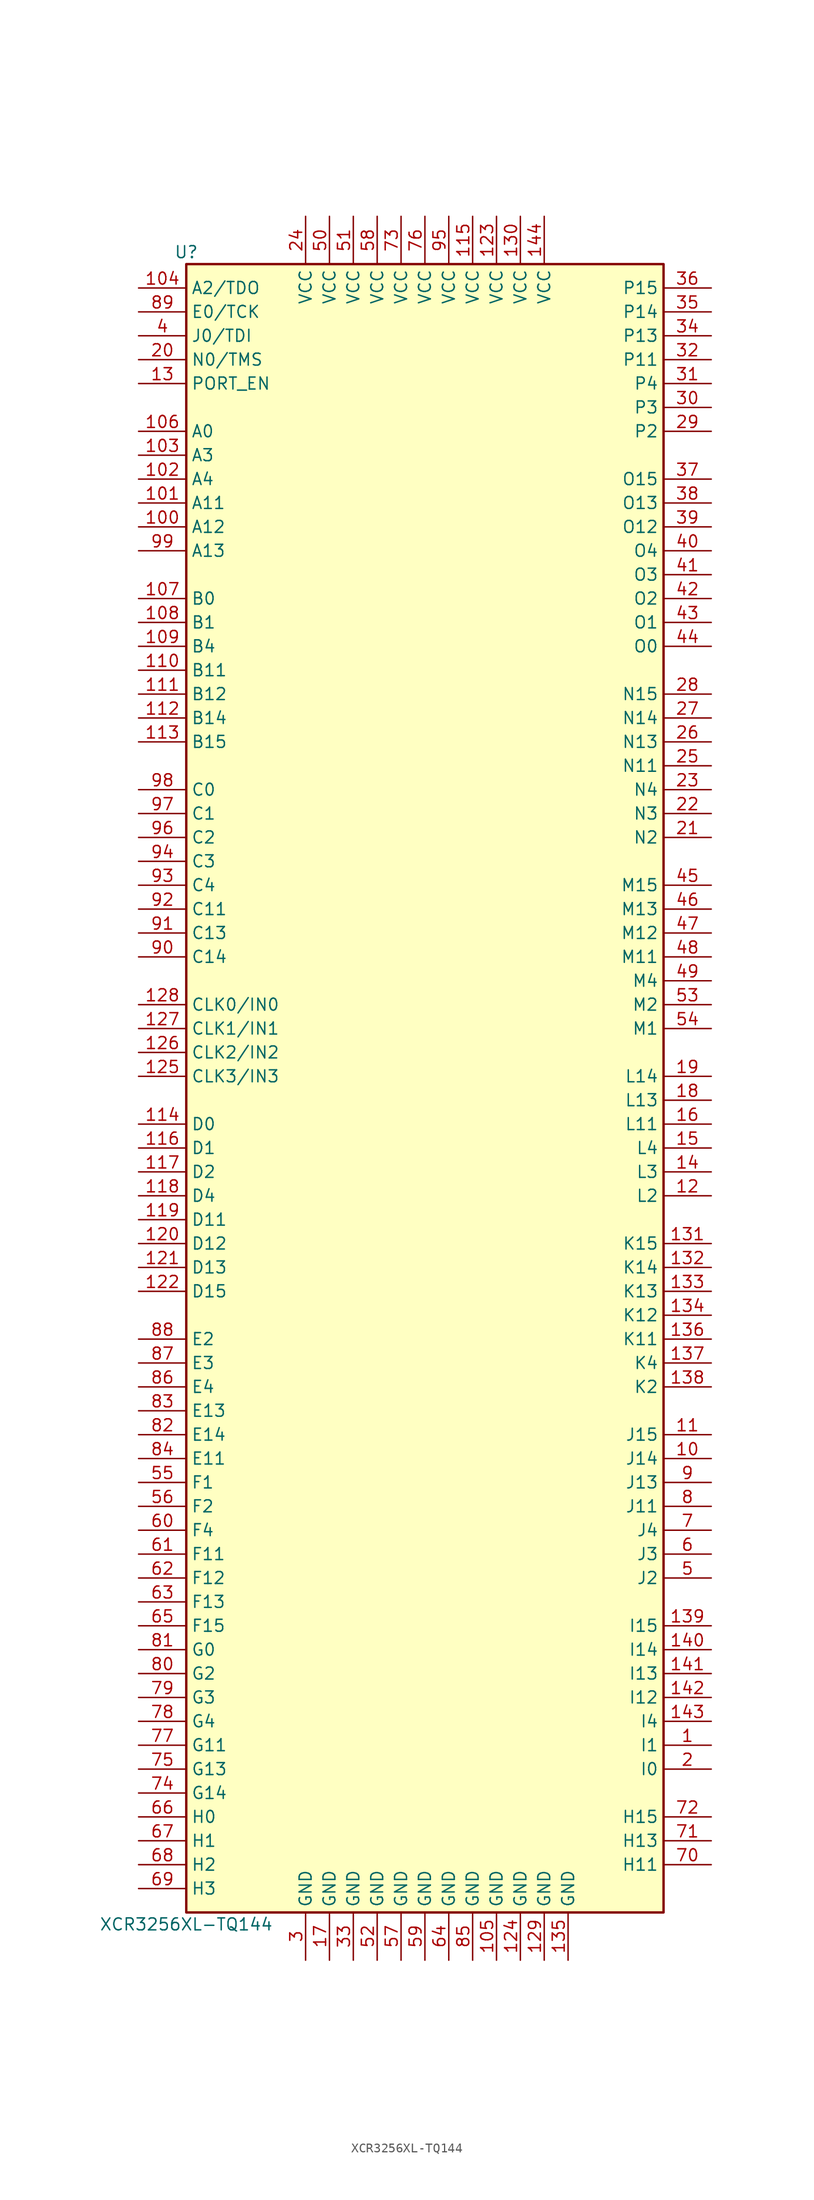
<source format=kicad_sym>
(kicad_symbol_lib
  (version 20201005)
  (generator kicad_symbol_editor)
  (symbol "CPLD_Xilinx:XCR3256XL-TQ144"
    (property "Reference" "U"
      (at -25.4 87.63 0)
      (effects (font (size 1.27 1.27))))
    (property "Value" "XCR3256XL-TQ144"
      (at -25.4 -90.17 0)
      (effects (font (size 1.27 1.27))))
    (symbol "XCR3256XL-TQ144_1_1"
      (rectangle (start -25.4 86.36) (end 25.4 -88.9) (stroke (width 0.254)) (fill (type background)))
      (pin passive line (at 30.48 -71.12 180) (length 5.08) (name "I1" (effects (font (size 1.27 1.27)))) (number "1" (effects (font (size 1.27 1.27)))))
      (pin passive line (at 30.48 -73.66 180) (length 5.08) (name "I0" (effects (font (size 1.27 1.27)))) (number "2" (effects (font (size 1.27 1.27)))))
      (pin power_in line (at -12.7 -93.98 90) (length 5.08) (name "GND" (effects (font (size 1.27 1.27)))) (number "3" (effects (font (size 1.27 1.27)))))
      (pin passive line (at -30.48 78.74 0) (length 5.08) (name "J0/TDI" (effects (font (size 1.27 1.27)))) (number "4" (effects (font (size 1.27 1.27)))))
      (pin passive line (at 30.48 -53.34 180) (length 5.08) (name "J2" (effects (font (size 1.27 1.27)))) (number "5" (effects (font (size 1.27 1.27)))))
      (pin passive line (at 30.48 -50.8 180) (length 5.08) (name "J3" (effects (font (size 1.27 1.27)))) (number "6" (effects (font (size 1.27 1.27)))))
      (pin passive line (at 30.48 -48.26 180) (length 5.08) (name "J4" (effects (font (size 1.27 1.27)))) (number "7" (effects (font (size 1.27 1.27)))))
      (pin passive line (at 30.48 -45.72 180) (length 5.08) (name "J11" (effects (font (size 1.27 1.27)))) (number "8" (effects (font (size 1.27 1.27)))))
      (pin passive line (at 30.48 -43.18 180) (length 5.08) (name "J13" (effects (font (size 1.27 1.27)))) (number "9" (effects (font (size 1.27 1.27)))))
      (pin passive line (at 30.48 -40.64 180) (length 5.08) (name "J14" (effects (font (size 1.27 1.27)))) (number "10" (effects (font (size 1.27 1.27)))))
      (pin passive line (at -30.48 76.2 0) (length 5.08) (name "N0/TMS" (effects (font (size 1.27 1.27)))) (number "20" (effects (font (size 1.27 1.27)))))
      (pin passive line (at 30.48 71.12 180) (length 5.08) (name "P3" (effects (font (size 1.27 1.27)))) (number "30" (effects (font (size 1.27 1.27)))))
      (pin passive line (at 30.48 55.88 180) (length 5.08) (name "O4" (effects (font (size 1.27 1.27)))) (number "40" (effects (font (size 1.27 1.27)))))
      (pin power_in line (at -10.16 91.44 270) (length 5.08) (name "VCC" (effects (font (size 1.27 1.27)))) (number "50" (effects (font (size 1.27 1.27)))))
      (pin passive line (at -30.48 -48.26 0) (length 5.08) (name "F4" (effects (font (size 1.27 1.27)))) (number "60" (effects (font (size 1.27 1.27)))))
      (pin passive line (at 30.48 -83.82 180) (length 5.08) (name "H11" (effects (font (size 1.27 1.27)))) (number "70" (effects (font (size 1.27 1.27)))))
      (pin passive line (at -30.48 -63.5 0) (length 5.08) (name "G2" (effects (font (size 1.27 1.27)))) (number "80" (effects (font (size 1.27 1.27)))))
      (pin passive line (at -30.48 12.7 0) (length 5.08) (name "C14" (effects (font (size 1.27 1.27)))) (number "90" (effects (font (size 1.27 1.27)))))
      (pin passive line (at 30.48 -38.1 180) (length 5.08) (name "J15" (effects (font (size 1.27 1.27)))) (number "11" (effects (font (size 1.27 1.27)))))
      (pin passive line (at 30.48 25.4 180) (length 5.08) (name "N2" (effects (font (size 1.27 1.27)))) (number "21" (effects (font (size 1.27 1.27)))))
      (pin passive line (at 30.48 73.66 180) (length 5.08) (name "P4" (effects (font (size 1.27 1.27)))) (number "31" (effects (font (size 1.27 1.27)))))
      (pin passive line (at 30.48 53.34 180) (length 5.08) (name "O3" (effects (font (size 1.27 1.27)))) (number "41" (effects (font (size 1.27 1.27)))))
      (pin power_in line (at -7.62 91.44 270) (length 5.08) (name "VCC" (effects (font (size 1.27 1.27)))) (number "51" (effects (font (size 1.27 1.27)))))
      (pin passive line (at -30.48 -50.8 0) (length 5.08) (name "F11" (effects (font (size 1.27 1.27)))) (number "61" (effects (font (size 1.27 1.27)))))
      (pin passive line (at 30.48 -81.28 180) (length 5.08) (name "H13" (effects (font (size 1.27 1.27)))) (number "71" (effects (font (size 1.27 1.27)))))
      (pin input line (at -30.48 -60.96 0) (length 5.08) (name "G0" (effects (font (size 1.27 1.27)))) (number "81" (effects (font (size 1.27 1.27)))))
      (pin passive line (at -30.48 15.24 0) (length 5.08) (name "C13" (effects (font (size 1.27 1.27)))) (number "91" (effects (font (size 1.27 1.27)))))
      (pin passive line (at 30.48 -12.7 180) (length 5.08) (name "L2" (effects (font (size 1.27 1.27)))) (number "12" (effects (font (size 1.27 1.27)))))
      (pin passive line (at 30.48 27.94 180) (length 5.08) (name "N3" (effects (font (size 1.27 1.27)))) (number "22" (effects (font (size 1.27 1.27)))))
      (pin passive line (at 30.48 76.2 180) (length 5.08) (name "P11" (effects (font (size 1.27 1.27)))) (number "32" (effects (font (size 1.27 1.27)))))
      (pin passive line (at 30.48 50.8 180) (length 5.08) (name "O2" (effects (font (size 1.27 1.27)))) (number "42" (effects (font (size 1.27 1.27)))))
      (pin power_in line (at -5.08 -93.98 90) (length 5.08) (name "GND" (effects (font (size 1.27 1.27)))) (number "52" (effects (font (size 1.27 1.27)))))
      (pin passive line (at -30.48 -53.34 0) (length 5.08) (name "F12" (effects (font (size 1.27 1.27)))) (number "62" (effects (font (size 1.27 1.27)))))
      (pin passive line (at 30.48 -78.74 180) (length 5.08) (name "H15" (effects (font (size 1.27 1.27)))) (number "72" (effects (font (size 1.27 1.27)))))
      (pin passive line (at -30.48 -38.1 0) (length 5.08) (name "E14" (effects (font (size 1.27 1.27)))) (number "82" (effects (font (size 1.27 1.27)))))
      (pin passive line (at -30.48 17.78 0) (length 5.08) (name "C11" (effects (font (size 1.27 1.27)))) (number "92" (effects (font (size 1.27 1.27)))))
      (pin passive line (at -30.48 73.66 0) (length 5.08) (name "PORT_EN" (effects (font (size 1.27 1.27)))) (number "13" (effects (font (size 1.27 1.27)))))
      (pin passive line (at 30.48 30.48 180) (length 5.08) (name "N4" (effects (font (size 1.27 1.27)))) (number "23" (effects (font (size 1.27 1.27)))))
      (pin power_in line (at -7.62 -93.98 90) (length 5.08) (name "GND" (effects (font (size 1.27 1.27)))) (number "33" (effects (font (size 1.27 1.27)))))
      (pin passive line (at 30.48 48.26 180) (length 5.08) (name "O1" (effects (font (size 1.27 1.27)))) (number "43" (effects (font (size 1.27 1.27)))))
      (pin passive line (at 30.48 7.62 180) (length 5.08) (name "M2" (effects (font (size 1.27 1.27)))) (number "53" (effects (font (size 1.27 1.27)))))
      (pin passive line (at -30.48 -55.88 0) (length 5.08) (name "F13" (effects (font (size 1.27 1.27)))) (number "63" (effects (font (size 1.27 1.27)))))
      (pin power_in line (at -2.54 91.44 270) (length 5.08) (name "VCC" (effects (font (size 1.27 1.27)))) (number "73" (effects (font (size 1.27 1.27)))))
      (pin passive line (at -30.48 -35.56 0) (length 5.08) (name "E13" (effects (font (size 1.27 1.27)))) (number "83" (effects (font (size 1.27 1.27)))))
      (pin passive line (at -30.48 20.32 0) (length 5.08) (name "C4" (effects (font (size 1.27 1.27)))) (number "93" (effects (font (size 1.27 1.27)))))
      (pin passive line (at 30.48 -10.16 180) (length 5.08) (name "L3" (effects (font (size 1.27 1.27)))) (number "14" (effects (font (size 1.27 1.27)))))
      (pin power_in line (at -12.7 91.44 270) (length 5.08) (name "VCC" (effects (font (size 1.27 1.27)))) (number "24" (effects (font (size 1.27 1.27)))))
      (pin passive line (at 30.48 78.74 180) (length 5.08) (name "P13" (effects (font (size 1.27 1.27)))) (number "34" (effects (font (size 1.27 1.27)))))
      (pin passive line (at 30.48 45.72 180) (length 5.08) (name "O0" (effects (font (size 1.27 1.27)))) (number "44" (effects (font (size 1.27 1.27)))))
      (pin passive line (at 30.48 5.08 180) (length 5.08) (name "M1" (effects (font (size 1.27 1.27)))) (number "54" (effects (font (size 1.27 1.27)))))
      (pin power_in line (at 2.54 -93.98 90) (length 5.08) (name "GND" (effects (font (size 1.27 1.27)))) (number "64" (effects (font (size 1.27 1.27)))))
      (pin passive line (at -30.48 -76.2 0) (length 5.08) (name "G14" (effects (font (size 1.27 1.27)))) (number "74" (effects (font (size 1.27 1.27)))))
      (pin passive line (at -30.48 -40.64 0) (length 5.08) (name "E11" (effects (font (size 1.27 1.27)))) (number "84" (effects (font (size 1.27 1.27)))))
      (pin passive line (at -30.48 22.86 0) (length 5.08) (name "C3" (effects (font (size 1.27 1.27)))) (number "94" (effects (font (size 1.27 1.27)))))
      (pin passive line (at 30.48 -7.62 180) (length 5.08) (name "L4" (effects (font (size 1.27 1.27)))) (number "15" (effects (font (size 1.27 1.27)))))
      (pin passive line (at 30.48 33.02 180) (length 5.08) (name "N11" (effects (font (size 1.27 1.27)))) (number "25" (effects (font (size 1.27 1.27)))))
      (pin passive line (at 30.48 81.28 180) (length 5.08) (name "P14" (effects (font (size 1.27 1.27)))) (number "35" (effects (font (size 1.27 1.27)))))
      (pin passive line (at 30.48 20.32 180) (length 5.08) (name "M15" (effects (font (size 1.27 1.27)))) (number "45" (effects (font (size 1.27 1.27)))))
      (pin passive line (at -30.48 -43.18 0) (length 5.08) (name "F1" (effects (font (size 1.27 1.27)))) (number "55" (effects (font (size 1.27 1.27)))))
      (pin passive line (at -30.48 -58.42 0) (length 5.08) (name "F15" (effects (font (size 1.27 1.27)))) (number "65" (effects (font (size 1.27 1.27)))))
      (pin passive line (at -30.48 -73.66 0) (length 5.08) (name "G13" (effects (font (size 1.27 1.27)))) (number "75" (effects (font (size 1.27 1.27)))))
      (pin power_in line (at 5.08 -93.98 90) (length 5.08) (name "GND" (effects (font (size 1.27 1.27)))) (number "85" (effects (font (size 1.27 1.27)))))
      (pin power_in line (at 2.54 91.44 270) (length 5.08) (name "VCC" (effects (font (size 1.27 1.27)))) (number "95" (effects (font (size 1.27 1.27)))))
      (pin passive line (at 30.48 -5.08 180) (length 5.08) (name "L11" (effects (font (size 1.27 1.27)))) (number "16" (effects (font (size 1.27 1.27)))))
      (pin passive line (at 30.48 35.56 180) (length 5.08) (name "N13" (effects (font (size 1.27 1.27)))) (number "26" (effects (font (size 1.27 1.27)))))
      (pin passive line (at 30.48 83.82 180) (length 5.08) (name "P15" (effects (font (size 1.27 1.27)))) (number "36" (effects (font (size 1.27 1.27)))))
      (pin passive line (at 30.48 17.78 180) (length 5.08) (name "M13" (effects (font (size 1.27 1.27)))) (number "46" (effects (font (size 1.27 1.27)))))
      (pin passive line (at -30.48 -45.72 0) (length 5.08) (name "F2" (effects (font (size 1.27 1.27)))) (number "56" (effects (font (size 1.27 1.27)))))
      (pin passive line (at -30.48 -78.74 0) (length 5.08) (name "H0" (effects (font (size 1.27 1.27)))) (number "66" (effects (font (size 1.27 1.27)))))
      (pin power_in line (at 0 91.44 270) (length 5.08) (name "VCC" (effects (font (size 1.27 1.27)))) (number "76" (effects (font (size 1.27 1.27)))))
      (pin passive line (at -30.48 -33.02 0) (length 5.08) (name "E4" (effects (font (size 1.27 1.27)))) (number "86" (effects (font (size 1.27 1.27)))))
      (pin passive line (at -30.48 25.4 0) (length 5.08) (name "C2" (effects (font (size 1.27 1.27)))) (number "96" (effects (font (size 1.27 1.27)))))
      (pin power_in line (at -10.16 -93.98 90) (length 5.08) (name "GND" (effects (font (size 1.27 1.27)))) (number "17" (effects (font (size 1.27 1.27)))))
      (pin passive line (at 30.48 38.1 180) (length 5.08) (name "N14" (effects (font (size 1.27 1.27)))) (number "27" (effects (font (size 1.27 1.27)))))
      (pin passive line (at 30.48 63.5 180) (length 5.08) (name "O15" (effects (font (size 1.27 1.27)))) (number "37" (effects (font (size 1.27 1.27)))))
      (pin passive line (at 30.48 15.24 180) (length 5.08) (name "M12" (effects (font (size 1.27 1.27)))) (number "47" (effects (font (size 1.27 1.27)))))
      (pin power_in line (at -2.54 -93.98 90) (length 5.08) (name "GND" (effects (font (size 1.27 1.27)))) (number "57" (effects (font (size 1.27 1.27)))))
      (pin passive line (at -30.48 -81.28 0) (length 5.08) (name "H1" (effects (font (size 1.27 1.27)))) (number "67" (effects (font (size 1.27 1.27)))))
      (pin passive line (at -30.48 -71.12 0) (length 5.08) (name "G11" (effects (font (size 1.27 1.27)))) (number "77" (effects (font (size 1.27 1.27)))))
      (pin passive line (at -30.48 -30.48 0) (length 5.08) (name "E3" (effects (font (size 1.27 1.27)))) (number "87" (effects (font (size 1.27 1.27)))))
      (pin passive line (at -30.48 27.94 0) (length 5.08) (name "C1" (effects (font (size 1.27 1.27)))) (number "97" (effects (font (size 1.27 1.27)))))
      (pin passive line (at 30.48 -2.54 180) (length 5.08) (name "L13" (effects (font (size 1.27 1.27)))) (number "18" (effects (font (size 1.27 1.27)))))
      (pin passive line (at 30.48 40.64 180) (length 5.08) (name "N15" (effects (font (size 1.27 1.27)))) (number "28" (effects (font (size 1.27 1.27)))))
      (pin passive line (at 30.48 60.96 180) (length 5.08) (name "O13" (effects (font (size 1.27 1.27)))) (number "38" (effects (font (size 1.27 1.27)))))
      (pin passive line (at 30.48 12.7 180) (length 5.08) (name "M11" (effects (font (size 1.27 1.27)))) (number "48" (effects (font (size 1.27 1.27)))))
      (pin power_in line (at -5.08 91.44 270) (length 5.08) (name "VCC" (effects (font (size 1.27 1.27)))) (number "58" (effects (font (size 1.27 1.27)))))
      (pin passive line (at -30.48 -83.82 0) (length 5.08) (name "H2" (effects (font (size 1.27 1.27)))) (number "68" (effects (font (size 1.27 1.27)))))
      (pin passive line (at -30.48 -68.58 0) (length 5.08) (name "G4" (effects (font (size 1.27 1.27)))) (number "78" (effects (font (size 1.27 1.27)))))
      (pin passive line (at -30.48 -27.94 0) (length 5.08) (name "E2" (effects (font (size 1.27 1.27)))) (number "88" (effects (font (size 1.27 1.27)))))
      (pin passive line (at -30.48 30.48 0) (length 5.08) (name "C0" (effects (font (size 1.27 1.27)))) (number "98" (effects (font (size 1.27 1.27)))))
      (pin passive line (at 30.48 0 180) (length 5.08) (name "L14" (effects (font (size 1.27 1.27)))) (number "19" (effects (font (size 1.27 1.27)))))
      (pin passive line (at 30.48 68.58 180) (length 5.08) (name "P2" (effects (font (size 1.27 1.27)))) (number "29" (effects (font (size 1.27 1.27)))))
      (pin passive line (at 30.48 58.42 180) (length 5.08) (name "O12" (effects (font (size 1.27 1.27)))) (number "39" (effects (font (size 1.27 1.27)))))
      (pin passive line (at 30.48 10.16 180) (length 5.08) (name "M4" (effects (font (size 1.27 1.27)))) (number "49" (effects (font (size 1.27 1.27)))))
      (pin power_in line (at 0 -93.98 90) (length 5.08) (name "GND" (effects (font (size 1.27 1.27)))) (number "59" (effects (font (size 1.27 1.27)))))
      (pin passive line (at -30.48 -86.36 0) (length 5.08) (name "H3" (effects (font (size 1.27 1.27)))) (number "69" (effects (font (size 1.27 1.27)))))
      (pin passive line (at -30.48 -66.04 0) (length 5.08) (name "G3" (effects (font (size 1.27 1.27)))) (number "79" (effects (font (size 1.27 1.27)))))
      (pin passive line (at -30.48 81.28 0) (length 5.08) (name "E0/TCK" (effects (font (size 1.27 1.27)))) (number "89" (effects (font (size 1.27 1.27)))))
      (pin passive line (at -30.48 55.88 0) (length 5.08) (name "A13" (effects (font (size 1.27 1.27)))) (number "99" (effects (font (size 1.27 1.27)))))
      (pin passive line (at -30.48 58.42 0) (length 5.08) (name "A12" (effects (font (size 1.27 1.27)))) (number "100" (effects (font (size 1.27 1.27)))))
      (pin passive line (at -30.48 43.18 0) (length 5.08) (name "B11" (effects (font (size 1.27 1.27)))) (number "110" (effects (font (size 1.27 1.27)))))
      (pin passive line (at -30.48 -17.78 0) (length 5.08) (name "D12" (effects (font (size 1.27 1.27)))) (number "120" (effects (font (size 1.27 1.27)))))
      (pin power_in line (at 10.16 91.44 270) (length 5.08) (name "VCC" (effects (font (size 1.27 1.27)))) (number "130" (effects (font (size 1.27 1.27)))))
      (pin passive line (at 30.48 -60.96 180) (length 5.08) (name "I14" (effects (font (size 1.27 1.27)))) (number "140" (effects (font (size 1.27 1.27)))))
      (pin passive line (at -30.48 60.96 0) (length 5.08) (name "A11" (effects (font (size 1.27 1.27)))) (number "101" (effects (font (size 1.27 1.27)))))
      (pin passive line (at -30.48 40.64 0) (length 5.08) (name "B12" (effects (font (size 1.27 1.27)))) (number "111" (effects (font (size 1.27 1.27)))))
      (pin passive line (at -30.48 -20.32 0) (length 5.08) (name "D13" (effects (font (size 1.27 1.27)))) (number "121" (effects (font (size 1.27 1.27)))))
      (pin passive line (at 30.48 -17.78 180) (length 5.08) (name "K15" (effects (font (size 1.27 1.27)))) (number "131" (effects (font (size 1.27 1.27)))))
      (pin passive line (at 30.48 -63.5 180) (length 5.08) (name "I13" (effects (font (size 1.27 1.27)))) (number "141" (effects (font (size 1.27 1.27)))))
      (pin passive line (at -30.48 63.5 0) (length 5.08) (name "A4" (effects (font (size 1.27 1.27)))) (number "102" (effects (font (size 1.27 1.27)))))
      (pin passive line (at -30.48 38.1 0) (length 5.08) (name "B14" (effects (font (size 1.27 1.27)))) (number "112" (effects (font (size 1.27 1.27)))))
      (pin passive line (at -30.48 -22.86 0) (length 5.08) (name "D15" (effects (font (size 1.27 1.27)))) (number "122" (effects (font (size 1.27 1.27)))))
      (pin passive line (at 30.48 -20.32 180) (length 5.08) (name "K14" (effects (font (size 1.27 1.27)))) (number "132" (effects (font (size 1.27 1.27)))))
      (pin passive line (at 30.48 -66.04 180) (length 5.08) (name "I12" (effects (font (size 1.27 1.27)))) (number "142" (effects (font (size 1.27 1.27)))))
      (pin passive line (at -30.48 66.04 0) (length 5.08) (name "A3" (effects (font (size 1.27 1.27)))) (number "103" (effects (font (size 1.27 1.27)))))
      (pin passive line (at -30.48 35.56 0) (length 5.08) (name "B15" (effects (font (size 1.27 1.27)))) (number "113" (effects (font (size 1.27 1.27)))))
      (pin power_in line (at 7.62 91.44 270) (length 5.08) (name "VCC" (effects (font (size 1.27 1.27)))) (number "123" (effects (font (size 1.27 1.27)))))
      (pin passive line (at 30.48 -22.86 180) (length 5.08) (name "K13" (effects (font (size 1.27 1.27)))) (number "133" (effects (font (size 1.27 1.27)))))
      (pin passive line (at 30.48 -68.58 180) (length 5.08) (name "I4" (effects (font (size 1.27 1.27)))) (number "143" (effects (font (size 1.27 1.27)))))
      (pin passive line (at -30.48 83.82 0) (length 5.08) (name "A2/TDO" (effects (font (size 1.27 1.27)))) (number "104" (effects (font (size 1.27 1.27)))))
      (pin passive line (at -30.48 -5.08 0) (length 5.08) (name "D0" (effects (font (size 1.27 1.27)))) (number "114" (effects (font (size 1.27 1.27)))))
      (pin power_in line (at 10.16 -93.98 90) (length 5.08) (name "GND" (effects (font (size 1.27 1.27)))) (number "124" (effects (font (size 1.27 1.27)))))
      (pin passive line (at 30.48 -25.4 180) (length 5.08) (name "K12" (effects (font (size 1.27 1.27)))) (number "134" (effects (font (size 1.27 1.27)))))
      (pin power_in line (at 12.7 91.44 270) (length 5.08) (name "VCC" (effects (font (size 1.27 1.27)))) (number "144" (effects (font (size 1.27 1.27)))))
      (pin power_in line (at 7.62 -93.98 90) (length 5.08) (name "GND" (effects (font (size 1.27 1.27)))) (number "105" (effects (font (size 1.27 1.27)))))
      (pin power_in line (at 5.08 91.44 270) (length 5.08) (name "VCC" (effects (font (size 1.27 1.27)))) (number "115" (effects (font (size 1.27 1.27)))))
      (pin input line (at -30.48 0 0) (length 5.08) (name "CLK3/IN3" (effects (font (size 1.27 1.27)))) (number "125" (effects (font (size 1.27 1.27)))))
      (pin power_in line (at 15.24 -93.98 90) (length 5.08) (name "GND" (effects (font (size 1.27 1.27)))) (number "135" (effects (font (size 1.27 1.27)))))
      (pin passive line (at -30.48 68.58 0) (length 5.08) (name "A0" (effects (font (size 1.27 1.27)))) (number "106" (effects (font (size 1.27 1.27)))))
      (pin passive line (at -30.48 -7.62 0) (length 5.08) (name "D1" (effects (font (size 1.27 1.27)))) (number "116" (effects (font (size 1.27 1.27)))))
      (pin input line (at -30.48 2.54 0) (length 5.08) (name "CLK2/IN2" (effects (font (size 1.27 1.27)))) (number "126" (effects (font (size 1.27 1.27)))))
      (pin passive line (at 30.48 -27.94 180) (length 5.08) (name "K11" (effects (font (size 1.27 1.27)))) (number "136" (effects (font (size 1.27 1.27)))))
      (pin passive line (at -30.48 50.8 0) (length 5.08) (name "B0" (effects (font (size 1.27 1.27)))) (number "107" (effects (font (size 1.27 1.27)))))
      (pin passive line (at -30.48 -10.16 0) (length 5.08) (name "D2" (effects (font (size 1.27 1.27)))) (number "117" (effects (font (size 1.27 1.27)))))
      (pin input line (at -30.48 5.08 0) (length 5.08) (name "CLK1/IN1" (effects (font (size 1.27 1.27)))) (number "127" (effects (font (size 1.27 1.27)))))
      (pin passive line (at 30.48 -30.48 180) (length 5.08) (name "K4" (effects (font (size 1.27 1.27)))) (number "137" (effects (font (size 1.27 1.27)))))
      (pin passive line (at -30.48 48.26 0) (length 5.08) (name "B1" (effects (font (size 1.27 1.27)))) (number "108" (effects (font (size 1.27 1.27)))))
      (pin passive line (at -30.48 -12.7 0) (length 5.08) (name "D4" (effects (font (size 1.27 1.27)))) (number "118" (effects (font (size 1.27 1.27)))))
      (pin input line (at -30.48 7.62 0) (length 5.08) (name "CLK0/IN0" (effects (font (size 1.27 1.27)))) (number "128" (effects (font (size 1.27 1.27)))))
      (pin passive line (at 30.48 -33.02 180) (length 5.08) (name "K2" (effects (font (size 1.27 1.27)))) (number "138" (effects (font (size 1.27 1.27)))))
      (pin passive line (at -30.48 45.72 0) (length 5.08) (name "B4" (effects (font (size 1.27 1.27)))) (number "109" (effects (font (size 1.27 1.27)))))
      (pin passive line (at -30.48 -15.24 0) (length 5.08) (name "D11" (effects (font (size 1.27 1.27)))) (number "119" (effects (font (size 1.27 1.27)))))
      (pin power_in line (at 12.7 -93.98 90) (length 5.08) (name "GND" (effects (font (size 1.27 1.27)))) (number "129" (effects (font (size 1.27 1.27)))))
      (pin passive line (at 30.48 -58.42 180) (length 5.08) (name "I15" (effects (font (size 1.27 1.27)))) (number "139" (effects (font (size 1.27 1.27))))))))
</source>
